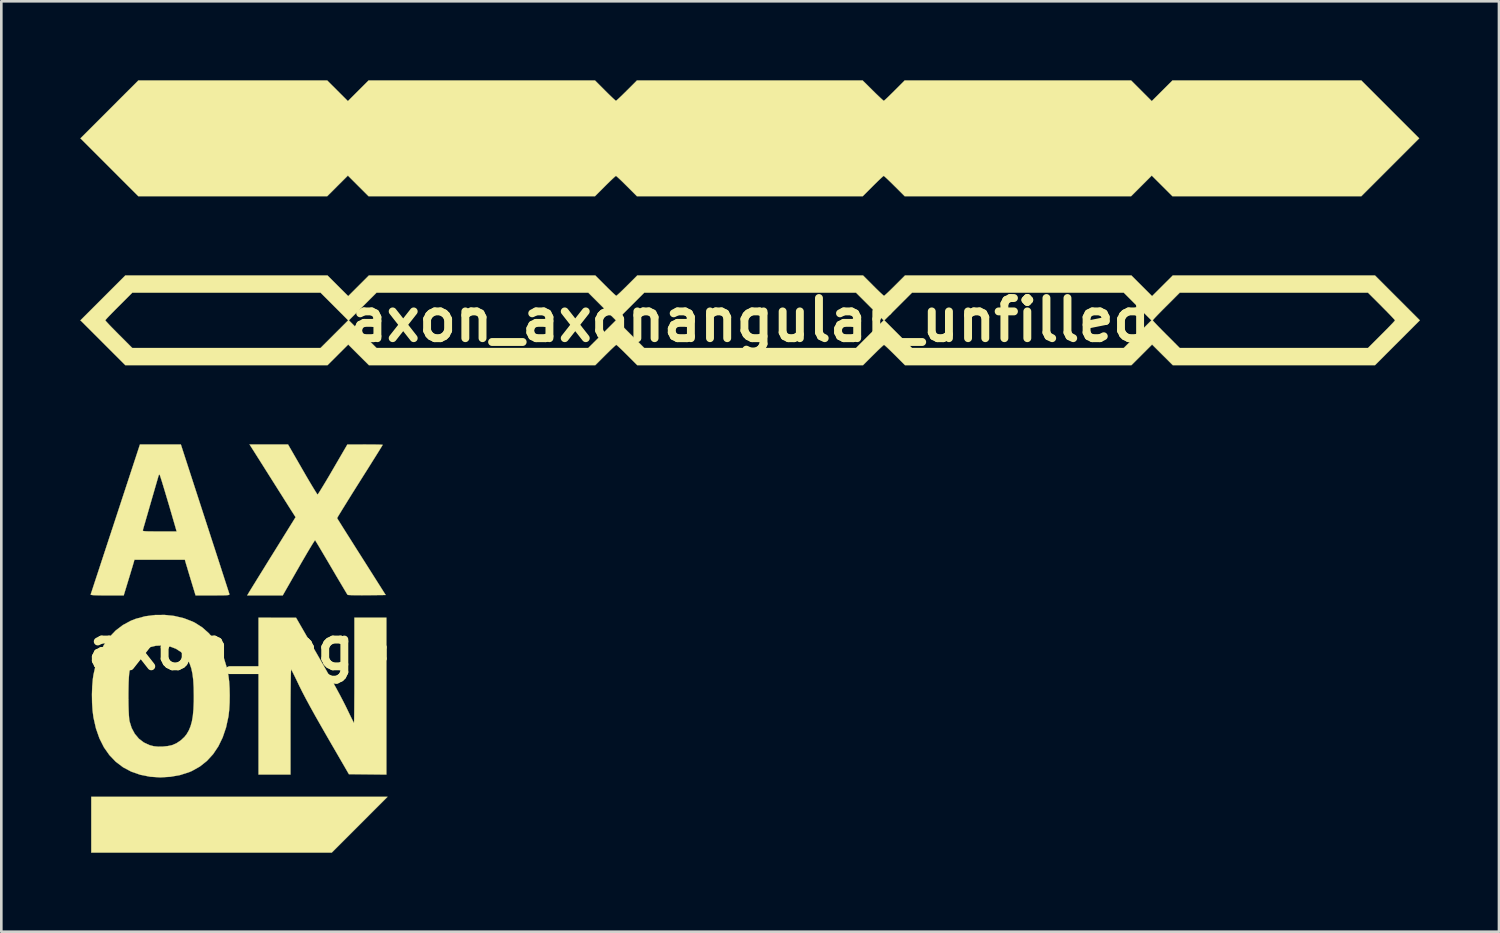
<source format=kicad_pcb>
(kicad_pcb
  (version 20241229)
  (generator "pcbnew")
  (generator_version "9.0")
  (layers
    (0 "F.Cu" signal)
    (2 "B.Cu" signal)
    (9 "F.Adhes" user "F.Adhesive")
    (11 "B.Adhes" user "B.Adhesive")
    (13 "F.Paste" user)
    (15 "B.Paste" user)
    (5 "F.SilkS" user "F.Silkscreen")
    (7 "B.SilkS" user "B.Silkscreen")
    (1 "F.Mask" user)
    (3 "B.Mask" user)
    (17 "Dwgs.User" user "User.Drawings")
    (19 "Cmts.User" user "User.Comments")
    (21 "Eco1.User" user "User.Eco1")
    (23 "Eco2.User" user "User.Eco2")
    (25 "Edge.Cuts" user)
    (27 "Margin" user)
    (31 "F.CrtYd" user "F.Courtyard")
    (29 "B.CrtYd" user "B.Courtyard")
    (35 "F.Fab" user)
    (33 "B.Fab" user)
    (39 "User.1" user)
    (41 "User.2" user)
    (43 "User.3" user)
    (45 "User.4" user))
  (footprint "axon_axonangular"
    (layer "F.Cu")
    (at 25.417 2.202)
    (property "Reference" "axon_axonangular" (at 0 0 0) (layer "F.SilkS") (effects (font (size 1.524 1.524) (thickness 0.3))))
    (attr through_hole)
    (fp_poly (pts (xy -15.259 -1.413) (xy -14.867 -1.805) (xy -14.474 -2.197) (xy -5.879 -2.197) (xy -5.493 -1.811) (xy -5.381 -1.7) (xy -5.279 -1.601) (xy -5.194 -1.52) (xy -5.129 -1.461) (xy -5.09 -1.429) (xy -5.082 -1.425) (xy -5.059 -1.441) (xy -5.007 -1.487) (xy -4.931 -1.558) (xy -4.837 -1.648) (xy -4.73 -1.753) (xy -4.672 -1.811) (xy -4.286 -2.197) (xy 4.283 -2.197) (xy 4.673 -1.811) (xy 4.786 -1.7) (xy 4.888 -1.602) (xy 4.974 -1.521) (xy 5.039 -1.461) (xy 5.078 -1.429) (xy 5.086 -1.425) (xy 5.108 -1.441) (xy 5.16 -1.487) (xy 5.235 -1.557) (xy 5.328 -1.648) (xy 5.435 -1.753) (xy 5.493 -1.811) (xy 5.879 -2.197) (xy 14.474 -2.197) (xy 14.867 -1.805) (xy 15.259 -1.413) (xy 16.045 -2.197) (xy 23.215 -2.197) (xy 25.412 0) (xy 23.215 2.197) (xy 16.045 2.197) (xy 15.652 1.805) (xy 15.259 1.413) (xy 14.867 1.805) (xy 14.474 2.197) (xy 5.879 2.197) (xy 5.493 1.811) (xy 5.381 1.7) (xy 5.279 1.601) (xy 5.194 1.52) (xy 5.129 1.461) (xy 5.09 1.429) (xy 5.082 1.425) (xy 5.059 1.441) (xy 5.007 1.487) (xy 4.931 1.558) (xy 4.837 1.648) (xy 4.73 1.753) (xy 4.672 1.811) (xy 4.286 2.197) (xy -4.286 2.197) (xy -4.672 1.811) (xy -4.784 1.7) (xy -4.885 1.601) (xy -4.971 1.52) (xy -5.036 1.461) (xy -5.074 1.429) (xy -5.082 1.425) (xy -5.106 1.441) (xy -5.158 1.487) (xy -5.234 1.558) (xy -5.328 1.648) (xy -5.435 1.753) (xy -5.493 1.811) (xy -5.879 2.197) (xy -14.474 2.197) (xy -14.867 1.805) (xy -15.259 1.413) (xy -15.652 1.805) (xy -16.045 2.197) (xy -23.215 2.197) (xy -25.412 0) (xy -23.215 -2.197) (xy -16.045 -2.197) (xy -15.259 -1.413)) (stroke (width 0.01) (type solid)) (fill yes) (layer "F.SilkS")))
  (footprint "axon_axonangular_unfilled"
    (layer "F.Cu")
    (at 25.429 9.099)
    (property "Reference" "axon_axonangular_unfilled" (at 0 0 0) (layer "F.SilkS") (effects (font (size 1.524 1.524) (thickness 0.3))))
    (attr through_hole)
    (fp_poly (pts (xy -15.259 -0.906) (xy -14.867 -1.298) (xy -14.474 -1.69) (xy -5.879 -1.69) (xy -5.493 -1.304) (xy -5.381 -1.193) (xy -5.279 -1.094) (xy -5.194 -1.013) (xy -5.129 -0.954) (xy -5.09 -0.922) (xy -5.082 -0.917) (xy -5.059 -0.934) (xy -5.007 -0.98) (xy -4.931 -1.05) (xy -4.837 -1.141) (xy -4.73 -1.246) (xy -4.672 -1.304) (xy -4.286 -1.69) (xy 4.286 -1.69) (xy 4.672 -1.304) (xy 4.784 -1.193) (xy 4.885 -1.094) (xy 4.971 -1.013) (xy 5.036 -0.954) (xy 5.074 -0.922) (xy 5.082 -0.917) (xy 5.106 -0.934) (xy 5.158 -0.98) (xy 5.234 -1.05) (xy 5.328 -1.141) (xy 5.435 -1.246) (xy 5.493 -1.304) (xy 5.879 -1.69) (xy 14.474 -1.69) (xy 14.867 -1.298) (xy 15.259 -0.906) (xy 16.045 -1.69) (xy 23.722 -1.69) (xy 24.573 -0.839) (xy 25.424 0.012) (xy 24.573 0.863) (xy 23.722 1.714) (xy 16.045 1.714) (xy 15.652 1.322) (xy 15.259 0.93) (xy 14.867 1.322) (xy 14.474 1.714) (xy 5.879 1.714) (xy 5.493 1.328) (xy 5.381 1.217) (xy 5.279 1.118) (xy 5.194 1.037) (xy 5.129 0.978) (xy 5.09 0.946) (xy 5.082 0.942) (xy 5.059 0.958) (xy 5.007 1.004) (xy 4.931 1.075) (xy 4.837 1.165) (xy 4.73 1.271) (xy 4.672 1.328) (xy 4.286 1.714) (xy -4.286 1.714) (xy -4.672 1.328) (xy -4.784 1.217) (xy -4.885 1.118) (xy -4.971 1.037) (xy -5.036 0.978) (xy -5.074 0.946) (xy -5.082 0.942) (xy -5.106 0.958) (xy -5.158 1.004) (xy -5.234 1.075) (xy -5.328 1.165) (xy -5.435 1.271) (xy -5.493 1.328) (xy -5.879 1.714) (xy -14.474 1.714) (xy -14.867 1.322) (xy -15.259 0.93) (xy -15.652 1.322) (xy -16.045 1.714) (xy -23.722 1.714) (xy -24.573 0.863) (xy -25.424 0.012) (xy -25.424 0.012) (xy -24.483 0.012) (xy -24.466 0.034) (xy -24.419 0.086) (xy -24.347 0.164) (xy -24.253 0.262) (xy -24.141 0.376) (xy -24.016 0.502) (xy -23.97 0.549) (xy -23.457 1.062) (xy -16.31 1.062) (xy -15.259 0.012) (xy -15.26 0.012) (xy -15.235 0.012) (xy -14.185 1.062) (xy -6.145 1.062) (xy -5.094 0.012) (xy -5.095 0.012) (xy -5.07 0.012) (xy -4.02 1.062) (xy 4.02 1.062) (xy 4.545 0.537) (xy 5.07 0.012) (xy 5.07 0.012) (xy 5.094 0.012) (xy 6.144 1.062) (xy 14.184 1.062) (xy 14.71 0.537) (xy 15.235 0.012) (xy 15.234 0.012) (xy 15.283 0.012) (xy 15.3 0.034) (xy 15.346 0.086) (xy 15.419 0.164) (xy 15.513 0.262) (xy 15.625 0.376) (xy 15.75 0.502) (xy 15.796 0.549) (xy 16.309 1.062) (xy 23.456 1.062) (xy 23.969 0.549) (xy 24.098 0.42) (xy 24.215 0.301) (xy 24.316 0.197) (xy 24.397 0.112) (xy 24.453 0.05) (xy 24.48 0.017) (xy 24.483 0.012) (xy 24.466 -0.01) (xy 24.419 -0.062) (xy 24.347 -0.139) (xy 24.253 -0.237) (xy 24.141 -0.352) (xy 24.016 -0.478) (xy 23.97 -0.525) (xy 23.457 -1.038) (xy 16.31 -1.038) (xy 15.797 -0.525) (xy 15.668 -0.396) (xy 15.551 -0.277) (xy 15.45 -0.173) (xy 15.369 -0.088) (xy 15.313 -0.026) (xy 15.286 0.007) (xy 15.283 0.012) (xy 15.234 0.012) (xy 14.185 -1.038) (xy 6.145 -1.038) (xy 5.094 0.012) (xy 5.07 0.012) (xy 4.02 -1.038) (xy -4.02 -1.038) (xy -4.545 -0.513) (xy -5.07 0.012) (xy -5.095 0.012) (xy -6.144 -1.038) (xy -14.184 -1.038) (xy -14.71 -0.513) (xy -15.235 0.012) (xy -15.26 0.012) (xy -16.309 -1.038) (xy -23.456 -1.038) (xy -23.969 -0.525) (xy -24.098 -0.396) (xy -24.215 -0.277) (xy -24.316 -0.173) (xy -24.397 -0.088) (xy -24.453 -0.026) (xy -24.48 0.007) (xy -24.483 0.012) (xy -25.424 0.012) (xy -24.573 -0.839) (xy -23.722 -1.69) (xy -16.045 -1.69) (xy -15.259 -0.906)) (stroke (width 0.01) (type solid)) (fill yes) (layer "F.SilkS")))
  (footprint "axon_logo"
    (layer "F.Cu")
    (at 6.031 21.557)
    (property "Reference" "axon_logo" (at 0 0 0) (layer "F.SilkS") (effects (font (size 1.524 1.524) (thickness 0.3))))
    (attr through_hole)
    (fp_poly (pts (xy 4.572 6.703) (xy 3.514 7.761) (xy -5.616 7.761) (xy -5.616 5.644) (xy 5.63 5.644) (xy 4.572 6.703)) (stroke (width 0.01) (type solid)) (fill yes) (layer "F.SilkS"))
    (fp_poly (pts (xy 5.588 4.799) (xy 4.165 4.784) (xy 3.363 3.401) (xy 3.113 2.965) (xy 2.889 2.571) (xy 2.693 2.218) (xy 2.526 1.909) (xy 2.388 1.644) (xy 2.279 1.426) (xy 2.279 1.425) (xy 2.198 1.255) (xy 2.124 1.102) (xy 2.06 0.973) (xy 2.011 0.876) (xy 1.98 0.818) (xy 1.972 0.806) (xy 1.968 0.828) (xy 1.964 0.904) (xy 1.96 1.029) (xy 1.957 1.199) (xy 1.954 1.412) (xy 1.951 1.663) (xy 1.949 1.95) (xy 1.948 2.267) (xy 1.947 2.613) (xy 1.947 2.788) (xy 1.947 4.798) (xy 0.734 4.798) (xy 0.734 -1.157) (xy 1.446 -1.156) (xy 2.159 -1.155) (xy 2.969 0.25) (xy 3.167 0.595) (xy 3.354 0.926) (xy 3.529 1.239) (xy 3.688 1.528) (xy 3.828 1.787) (xy 3.945 2.011) (xy 4.038 2.194) (xy 4.061 2.241) (xy 4.142 2.409) (xy 4.215 2.56) (xy 4.277 2.686) (xy 4.324 2.779) (xy 4.352 2.833) (xy 4.358 2.844) (xy 4.361 2.819) (xy 4.363 2.742) (xy 4.366 2.618) (xy 4.368 2.45) (xy 4.37 2.244) (xy 4.371 2.004) (xy 4.373 1.733) (xy 4.374 1.437) (xy 4.374 1.121) (xy 4.374 0.851) (xy 4.374 -1.157) (xy 5.588 -1.157) (xy 5.588 4.799)) (stroke (width 0.01) (type solid)) (fill yes) (layer "F.SilkS"))
    (fp_poly (pts (xy -1.301 -4.918) (xy -1.176 -4.533) (xy -1.056 -4.162) (xy -0.941 -3.81) (xy -0.834 -3.48) (xy -0.735 -3.175) (xy -0.646 -2.899) (xy -0.567 -2.655) (xy -0.5 -2.448) (xy -0.446 -2.281) (xy -0.406 -2.157) (xy -0.381 -2.079) (xy -0.373 -2.053) (xy -0.373 -2.037) (xy -0.384 -2.025) (xy -0.414 -2.017) (xy -0.47 -2.011) (xy -0.558 -2.007) (xy -0.684 -2.005) (xy -0.855 -2.004) (xy -1.008 -2.004) (xy -1.656 -2.004) (xy -1.834 -2.589) (xy -1.888 -2.768) (xy -1.938 -2.933) (xy -1.98 -3.076) (xy -2.014 -3.186) (xy -2.034 -3.255) (xy -2.037 -3.267) (xy -2.063 -3.358) (xy -3.977 -3.358) (xy -4.002 -3.267) (xy -4.018 -3.213) (xy -4.047 -3.114) (xy -4.087 -2.981) (xy -4.135 -2.822) (xy -4.188 -2.647) (xy -4.206 -2.589) (xy -4.384 -2.004) (xy -5.017 -2.004) (xy -5.23 -2.004) (xy -5.392 -2.007) (xy -5.509 -2.011) (xy -5.585 -2.017) (xy -5.627 -2.025) (xy -5.639 -2.037) (xy -5.638 -2.039) (xy -5.628 -2.07) (xy -5.601 -2.151) (xy -5.559 -2.279) (xy -5.503 -2.45) (xy -5.434 -2.66) (xy -5.353 -2.906) (xy -5.262 -3.184) (xy -5.161 -3.491) (xy -5.052 -3.823) (xy -4.936 -4.177) (xy -4.841 -4.464) (xy -3.66 -4.464) (xy -3.649 -4.452) (xy -3.619 -4.444) (xy -3.563 -4.438) (xy -3.476 -4.434) (xy -3.351 -4.432) (xy -3.18 -4.431) (xy -3.024 -4.431) (xy -2.375 -4.431) (xy -2.425 -4.607) (xy -2.509 -4.895) (xy -2.591 -5.177) (xy -2.67 -5.447) (xy -2.746 -5.701) (xy -2.815 -5.933) (xy -2.877 -6.138) (xy -2.929 -6.31) (xy -2.972 -6.445) (xy -3.002 -6.538) (xy -3.018 -6.583) (xy -3.02 -6.586) (xy -3.044 -6.584) (xy -3.058 -6.557) (xy -3.069 -6.519) (xy -3.094 -6.433) (xy -3.131 -6.305) (xy -3.178 -6.143) (xy -3.233 -5.952) (xy -3.295 -5.739) (xy -3.359 -5.517) (xy -3.425 -5.29) (xy -3.486 -5.077) (xy -3.541 -4.888) (xy -3.587 -4.727) (xy -3.624 -4.601) (xy -3.648 -4.516) (xy -3.658 -4.48) (xy -3.66 -4.464) (xy -4.841 -4.464) (xy -4.813 -4.549) (xy -4.697 -4.903) (xy -3.768 -7.732) (xy -2.992 -7.732) (xy -2.215 -7.733) (xy -1.301 -4.918)) (stroke (width 0.01) (type solid)) (fill yes) (layer "F.SilkS"))
    (fp_poly (pts (xy -2.458 -1.221) (xy -2.103 -1.137) (xy -1.773 -1.01) (xy -1.687 -0.968) (xy -1.403 -0.788) (xy -1.149 -0.562) (xy -0.927 -0.293) (xy -0.739 0.017) (xy -0.585 0.365) (xy -0.469 0.747) (xy -0.409 1.044) (xy -0.382 1.263) (xy -0.366 1.52) (xy -0.36 1.796) (xy -0.364 2.074) (xy -0.379 2.335) (xy -0.404 2.562) (xy -0.409 2.596) (xy -0.499 3.01) (xy -0.627 3.388) (xy -0.791 3.726) (xy -0.991 4.025) (xy -1.226 4.281) (xy -1.494 4.494) (xy -1.794 4.662) (xy -1.885 4.701) (xy -2.236 4.815) (xy -2.611 4.883) (xy -2.998 4.906) (xy -3.38 4.881) (xy -3.756 4.806) (xy -4.1 4.686) (xy -4.41 4.521) (xy -4.687 4.311) (xy -4.929 4.058) (xy -5.136 3.763) (xy -5.306 3.425) (xy -5.438 3.047) (xy -5.533 2.629) (xy -5.533 2.629) (xy -5.566 2.369) (xy -5.585 2.074) (xy -5.59 1.763) (xy -5.589 1.722) (xy -4.206 1.722) (xy -4.206 1.947) (xy -4.203 2.167) (xy -4.197 2.37) (xy -4.188 2.547) (xy -4.177 2.686) (xy -4.165 2.769) (xy -4.085 3.027) (xy -3.965 3.251) (xy -3.808 3.438) (xy -3.617 3.583) (xy -3.398 3.684) (xy -3.24 3.724) (xy -3.079 3.739) (xy -2.892 3.736) (xy -2.705 3.716) (xy -2.547 3.682) (xy -2.386 3.613) (xy -2.224 3.505) (xy -2.081 3.374) (xy -1.995 3.266) (xy -1.912 3.122) (xy -1.846 2.962) (xy -1.795 2.779) (xy -1.759 2.567) (xy -1.736 2.317) (xy -1.724 2.024) (xy -1.723 1.82) (xy -1.728 1.491) (xy -1.744 1.211) (xy -1.774 0.972) (xy -1.817 0.77) (xy -1.876 0.597) (xy -1.952 0.445) (xy -2.031 0.329) (xy -2.2 0.153) (xy -2.402 0.022) (xy -2.631 -0.065) (xy -2.882 -0.104) (xy -3.15 -0.093) (xy -3.171 -0.09) (xy -3.431 -0.028) (xy -3.654 0.078) (xy -3.84 0.226) (xy -3.99 0.417) (xy -4.101 0.649) (xy -4.164 0.87) (xy -4.178 0.969) (xy -4.189 1.115) (xy -4.198 1.295) (xy -4.203 1.501) (xy -4.206 1.722) (xy -5.589 1.722) (xy -5.58 1.455) (xy -5.556 1.171) (xy -5.533 1.012) (xy -5.438 0.594) (xy -5.306 0.216) (xy -5.137 -0.121) (xy -4.931 -0.416) (xy -4.69 -0.669) (xy -4.414 -0.879) (xy -4.104 -1.045) (xy -3.92 -1.116) (xy -3.569 -1.21) (xy -3.201 -1.258) (xy -2.828 -1.261) (xy -2.458 -1.221)) (stroke (width 0.01) (type solid)) (fill yes) (layer "F.SilkS"))
    (fp_poly (pts (xy 2.402 -6.782) (xy 2.524 -6.571) (xy 2.637 -6.377) (xy 2.74 -6.204) (xy 2.828 -6.058) (xy 2.899 -5.944) (xy 2.948 -5.868) (xy 2.974 -5.834) (xy 2.977 -5.833) (xy 2.996 -5.857) (xy 3.041 -5.924) (xy 3.107 -6.031) (xy 3.192 -6.17) (xy 3.293 -6.337) (xy 3.405 -6.526) (xy 3.526 -6.733) (xy 3.555 -6.783) (xy 4.106 -7.73) (xy 4.777 -7.732) (xy 4.964 -7.731) (xy 5.132 -7.73) (xy 5.271 -7.728) (xy 5.375 -7.725) (xy 5.435 -7.721) (xy 5.447 -7.719) (xy 5.432 -7.693) (xy 5.39 -7.624) (xy 5.323 -7.515) (xy 5.234 -7.372) (xy 5.125 -7.198) (xy 5 -6.998) (xy 4.86 -6.775) (xy 4.708 -6.535) (xy 4.579 -6.33) (xy 4.42 -6.078) (xy 4.271 -5.841) (xy 4.135 -5.622) (xy 4.013 -5.425) (xy 3.908 -5.256) (xy 3.824 -5.118) (xy 3.762 -5.016) (xy 3.726 -4.954) (xy 3.718 -4.935) (xy 3.733 -4.909) (xy 3.777 -4.838) (xy 3.845 -4.729) (xy 3.936 -4.584) (xy 4.047 -4.408) (xy 4.175 -4.206) (xy 4.317 -3.981) (xy 4.471 -3.737) (xy 4.635 -3.479) (xy 4.643 -3.467) (xy 5.561 -2.018) (xy 4.85 -2.01) (xy 4.655 -2.009) (xy 4.478 -2.01) (xy 4.328 -2.012) (xy 4.213 -2.015) (xy 4.139 -2.02) (xy 4.116 -2.025) (xy 4.097 -2.053) (xy 4.053 -2.125) (xy 3.987 -2.236) (xy 3.902 -2.379) (xy 3.8 -2.55) (xy 3.685 -2.744) (xy 3.561 -2.956) (xy 3.498 -3.063) (xy 3.37 -3.281) (xy 3.25 -3.484) (xy 3.142 -3.667) (xy 3.049 -3.824) (xy 2.973 -3.951) (xy 2.918 -4.041) (xy 2.887 -4.091) (xy 2.882 -4.099) (xy 2.864 -4.08) (xy 2.822 -4.016) (xy 2.757 -3.913) (xy 2.674 -3.776) (xy 2.575 -3.609) (xy 2.463 -3.417) (xy 2.34 -3.206) (xy 2.258 -3.062) (xy 1.653 -2.004) (xy 0.305 -2.004) (xy 0.376 -2.124) (xy 0.404 -2.17) (xy 0.458 -2.259) (xy 0.537 -2.386) (xy 0.637 -2.548) (xy 0.754 -2.738) (xy 0.887 -2.952) (xy 1.031 -3.185) (xy 1.185 -3.434) (xy 1.294 -3.608) (xy 2.141 -4.973) (xy 2.021 -5.161) (xy 1.98 -5.224) (xy 1.913 -5.33) (xy 1.824 -5.471) (xy 1.716 -5.642) (xy 1.593 -5.837) (xy 1.459 -6.048) (xy 1.318 -6.272) (xy 1.242 -6.392) (xy 1.1 -6.617) (xy 0.964 -6.832) (xy 0.838 -7.032) (xy 0.725 -7.21) (xy 0.63 -7.361) (xy 0.555 -7.48) (xy 0.504 -7.559) (xy 0.488 -7.585) (xy 0.393 -7.733) (xy 1.854 -7.733) (xy 2.402 -6.782)) (stroke (width 0.01) (type solid)) (fill yes) (layer "F.SilkS")))
  (gr_rect
    (start -3 -3)
    (end 53.858 32.323)
    (stroke (width 0.1) (type default))
    (fill no)
    (layer "Edge.Cuts")))
</source>
